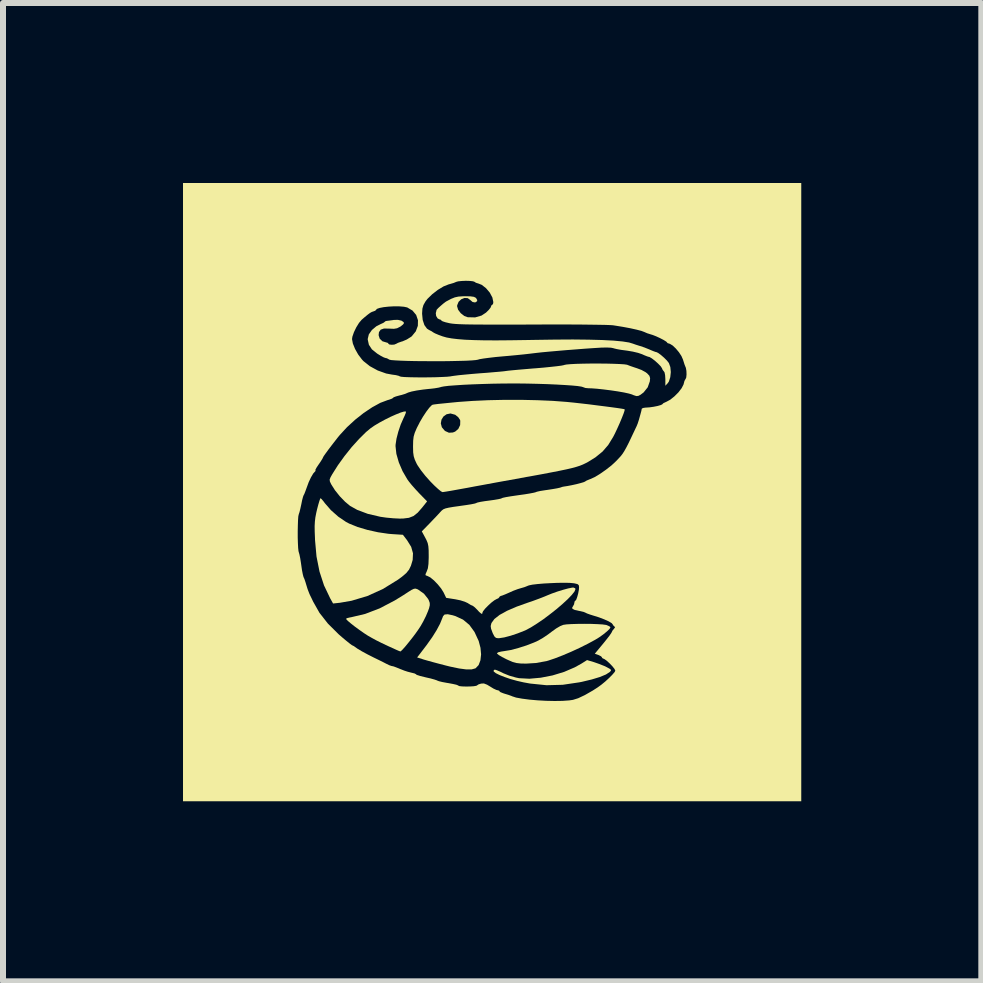
<source format=kicad_pcb>
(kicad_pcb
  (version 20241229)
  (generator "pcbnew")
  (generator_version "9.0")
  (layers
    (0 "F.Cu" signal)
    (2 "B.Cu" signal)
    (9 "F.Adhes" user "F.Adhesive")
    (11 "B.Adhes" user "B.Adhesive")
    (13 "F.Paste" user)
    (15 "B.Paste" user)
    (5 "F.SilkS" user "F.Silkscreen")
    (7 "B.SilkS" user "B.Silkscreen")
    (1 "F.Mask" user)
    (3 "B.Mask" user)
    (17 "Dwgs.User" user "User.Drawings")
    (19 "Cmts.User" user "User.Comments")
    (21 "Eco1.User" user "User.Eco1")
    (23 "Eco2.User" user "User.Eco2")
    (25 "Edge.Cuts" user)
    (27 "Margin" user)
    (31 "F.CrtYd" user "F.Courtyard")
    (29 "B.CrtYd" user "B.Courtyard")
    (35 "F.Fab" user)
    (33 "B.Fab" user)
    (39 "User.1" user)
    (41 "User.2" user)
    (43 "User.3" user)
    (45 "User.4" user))
  (footprint "prawn_logo_10mm"
    (layer "F.Cu")
    (at 5.152 5.152)
    (property "Reference" "prawn_logo_10mm" (at 8.36 -0.9 0) (layer "User.9") (effects (font (size 1.5 1.5) (thickness 0.3))))
    (attr board_only exclude_from_pos_files exclude_from_bom)
    (fp_poly (pts (xy -0.658 2.052) (xy -0.612 2.066) (xy -0.485 2.125) (xy -0.38 2.212) (xy -0.294 2.33) (xy -0.224 2.481) (xy -0.194 2.595) (xy -0.184 2.704) (xy -0.195 2.803) (xy -0.225 2.882) (xy -0.273 2.933) (xy -0.279 2.937) (xy -0.34 2.954) (xy -0.429 2.955) (xy -0.55 2.939) (xy -0.703 2.907) (xy -0.775 2.889) (xy -0.883 2.861) (xy -0.988 2.833) (xy -1.078 2.808) (xy -1.141 2.79) (xy -1.143 2.789) (xy -1.25 2.755) (xy -1.214 2.709) (xy -1.094 2.552) (xy -0.998 2.417) (xy -0.925 2.3) (xy -0.868 2.193) (xy -0.827 2.092) (xy -0.818 2.068) (xy -0.793 2.04) (xy -0.74 2.035)) (stroke (width 0) (type solid)) (fill yes) (layer "F.SilkS"))
    (fp_poly (pts (xy 1.702 2.835) (xy 1.785 2.864) (xy 1.868 2.897) (xy 1.91 2.917) (xy 1.961 2.945) (xy 1.982 2.963) (xy 1.977 2.98) (xy 1.96 2.998) (xy 1.897 3.039) (xy 1.796 3.081) (xy 1.661 3.122) (xy 1.494 3.162) (xy 1.453 3.17) (xy 1.176 3.211) (xy 0.906 3.218) (xy 0.632 3.19) (xy 0.522 3.17) (xy 0.413 3.145) (xy 0.305 3.115) (xy 0.207 3.081) (xy 0.123 3.048) (xy 0.061 3.017) (xy 0.027 2.99) (xy 0.024 2.978) (xy 0.032 2.963) (xy 0.048 2.959) (xy 0.08 2.969) (xy 0.136 2.993) (xy 0.188 3.019) (xy 0.287 3.059) (xy 0.396 3.09) (xy 0.45 3.101) (xy 0.621 3.11) (xy 0.81 3.093) (xy 1.006 3.055) (xy 1.2 2.996) (xy 1.379 2.919) (xy 1.49 2.857) (xy 1.582 2.799)) (stroke (width 0) (type solid)) (fill yes) (layer "F.SilkS"))
    (fp_poly (pts (xy 1.383 1.602) (xy 1.389 1.616) (xy 1.373 1.656) (xy 1.328 1.713) (xy 1.26 1.784) (xy 1.173 1.864) (xy 1.074 1.949) (xy 0.966 2.034) (xy 0.856 2.117) (xy 0.747 2.191) (xy 0.647 2.254) (xy 0.559 2.301) (xy 0.543 2.308) (xy 0.426 2.354) (xy 0.309 2.393) (xy 0.203 2.421) (xy 0.119 2.434) (xy 0.099 2.435) (xy 0.064 2.429) (xy 0.038 2.405) (xy 0.011 2.353) (xy 0.005 2.338) (xy -0.018 2.275) (xy -0.024 2.232) (xy -0.014 2.191) (xy -0.01 2.18) (xy 0.037 2.115) (xy 0.123 2.047) (xy 0.248 1.978) (xy 0.41 1.908) (xy 0.584 1.846) (xy 0.686 1.811) (xy 0.789 1.773) (xy 0.876 1.739) (xy 0.916 1.722) (xy 0.995 1.69) (xy 1.088 1.657) (xy 1.182 1.628) (xy 1.267 1.605) (xy 1.332 1.592) (xy 1.353 1.59)) (stroke (width 0) (type solid)) (fill yes) (layer "F.SilkS"))
    (fp_poly (pts (xy -2.842 0.116) (xy -2.81 0.154) (xy -2.788 0.184) (xy -2.686 0.301) (xy -2.564 0.409) (xy -2.436 0.496) (xy -2.383 0.524) (xy -2.243 0.581) (xy -2.077 0.63) (xy -1.901 0.669) (xy -1.731 0.694) (xy -1.674 0.699) (xy -1.487 0.711) (xy -1.418 0.801) (xy -1.349 0.912) (xy -1.319 1.019) (xy -1.324 1.127) (xy -1.328 1.143) (xy -1.353 1.226) (xy -1.385 1.292) (xy -1.431 1.349) (xy -1.5 1.408) (xy -1.569 1.459) (xy -1.82 1.614) (xy -2.078 1.731) (xy -2.342 1.81) (xy -2.538 1.844) (xy -2.651 1.856) (xy -2.7 1.768) (xy -2.802 1.554) (xy -2.877 1.324) (xy -2.927 1.073) (xy -2.952 0.794) (xy -2.952 0.78) (xy -2.957 0.658) (xy -2.958 0.565) (xy -2.954 0.49) (xy -2.946 0.422) (xy -2.932 0.349) (xy -2.919 0.292) (xy -2.898 0.211) (xy -2.879 0.147) (xy -2.865 0.108) (xy -2.86 0.101)) (stroke (width 0) (type solid)) (fill yes) (layer "F.SilkS"))
    (fp_poly (pts (xy -1.251 1.616) (xy -1.235 1.623) (xy -1.136 1.693) (xy -1.067 1.78) (xy -1.054 1.806) (xy -1.04 1.846) (xy -1.039 1.885) (xy -1.051 1.935) (xy -1.07 1.987) (xy -1.104 2.067) (xy -1.15 2.159) (xy -1.191 2.231) (xy -1.229 2.289) (xy -1.279 2.36) (xy -1.336 2.435) (xy -1.395 2.509) (xy -1.449 2.575) (xy -1.493 2.624) (xy -1.522 2.652) (xy -1.529 2.655) (xy -1.553 2.647) (xy -1.59 2.631) (xy -1.731 2.567) (xy -1.843 2.514) (xy -1.933 2.469) (xy -2.008 2.428) (xy -2.071 2.392) (xy -2.139 2.348) (xy -2.214 2.295) (xy -2.288 2.241) (xy -2.354 2.189) (xy -2.405 2.146) (xy -2.432 2.117) (xy -2.435 2.111) (xy -2.417 2.1) (xy -2.373 2.089) (xy -2.35 2.085) (xy -2.117 2.03) (xy -1.874 1.937) (xy -1.622 1.805) (xy -1.476 1.715) (xy -1.395 1.662) (xy -1.34 1.628) (xy -1.303 1.611) (xy -1.275 1.608)) (stroke (width 0) (type solid)) (fill yes) (layer "F.SilkS"))
    (fp_poly (pts (xy 1.651 2.196) (xy 1.754 2.2) (xy 1.839 2.205) (xy 1.897 2.213) (xy 1.909 2.216) (xy 1.952 2.235) (xy 1.972 2.251) (xy 1.972 2.252) (xy 1.957 2.28) (xy 1.914 2.321) (xy 1.853 2.371) (xy 1.781 2.422) (xy 1.717 2.461) (xy 1.597 2.526) (xy 1.461 2.594) (xy 1.318 2.66) (xy 1.177 2.72) (xy 1.048 2.77) (xy 0.941 2.806) (xy 0.907 2.816) (xy 0.729 2.848) (xy 0.565 2.858) (xy 0.474 2.856) (xy 0.406 2.848) (xy 0.343 2.831) (xy 0.269 2.799) (xy 0.236 2.784) (xy 0.166 2.748) (xy 0.112 2.716) (xy 0.083 2.692) (xy 0.081 2.686) (xy 0.099 2.67) (xy 0.151 2.657) (xy 0.198 2.65) (xy 0.307 2.632) (xy 0.437 2.598) (xy 0.572 2.555) (xy 0.699 2.506) (xy 0.769 2.474) (xy 0.847 2.429) (xy 0.933 2.371) (xy 0.998 2.322) (xy 1.066 2.273) (xy 1.134 2.233) (xy 1.186 2.212) (xy 1.241 2.204) (xy 1.324 2.199) (xy 1.427 2.196) (xy 1.538 2.195)) (stroke (width 0) (type solid)) (fill yes) (layer "F.SilkS"))
    (fp_poly (pts (xy -1.436 -1.342) (xy -1.439 -1.32) (xy -1.457 -1.275) (xy -1.476 -1.235) (xy -1.524 -1.126) (xy -1.564 -1.007) (xy -1.594 -0.891) (xy -1.609 -0.792) (xy -1.61 -0.766) (xy -1.596 -0.638) (xy -1.555 -0.495) (xy -1.493 -0.35) (xy -1.414 -0.214) (xy -1.383 -0.171) (xy -1.339 -0.117) (xy -1.278 -0.048) (xy -1.213 0.022) (xy -1.203 0.032) (xy -1.084 0.154) (xy -1.165 0.256) (xy -1.24 0.342) (xy -1.31 0.398) (xy -1.387 0.428) (xy -1.483 0.44) (xy -1.542 0.441) (xy -1.646 0.436) (xy -1.764 0.425) (xy -1.862 0.411) (xy -2.072 0.362) (xy -2.248 0.296) (xy -2.368 0.229) (xy -2.45 0.161) (xy -2.538 0.07) (xy -2.619 -0.031) (xy -2.681 -0.129) (xy -2.685 -0.137) (xy -2.704 -0.177) (xy -2.708 -0.209) (xy -2.694 -0.246) (xy -2.665 -0.298) (xy -2.571 -0.447) (xy -2.461 -0.6) (xy -2.341 -0.75) (xy -2.218 -0.886) (xy -2.102 -1.001) (xy -2.029 -1.062) (xy -1.963 -1.108) (xy -1.879 -1.158) (xy -1.787 -1.208) (xy -1.693 -1.255) (xy -1.603 -1.295) (xy -1.526 -1.326) (xy -1.469 -1.343) (xy -1.438 -1.344)) (stroke (width 0) (type solid)) (fill yes) (layer "F.SilkS"))
    (fp_poly (pts (xy 0.757 -1.532) (xy 1.011 -1.521) (xy 1.236 -1.504) (xy 1.248 -1.503) (xy 1.359 -1.492) (xy 1.484 -1.478) (xy 1.615 -1.463) (xy 1.747 -1.446) (xy 1.874 -1.43) (xy 1.989 -1.415) (xy 2.085 -1.402) (xy 2.158 -1.391) (xy 2.201 -1.383) (xy 2.209 -1.38) (xy 2.207 -1.358) (xy 2.19 -1.307) (xy 2.162 -1.236) (xy 2.127 -1.152) (xy 2.087 -1.063) (xy 2.046 -0.976) (xy 2.017 -0.92) (xy 1.935 -0.786) (xy 1.84 -0.676) (xy 1.722 -0.58) (xy 1.603 -0.506) (xy 1.558 -0.482) (xy 1.512 -0.46) (xy 1.462 -0.44) (xy 1.403 -0.421) (xy 1.33 -0.401) (xy 1.24 -0.38) (xy 1.129 -0.357) (xy 0.992 -0.33) (xy 0.824 -0.298) (xy 0.622 -0.261) (xy 0.574 -0.253) (xy 0.391 -0.219) (xy 0.206 -0.186) (xy 0.025 -0.153) (xy -0.142 -0.122) (xy -0.29 -0.095) (xy -0.411 -0.072) (xy -0.473 -0.061) (xy -0.584 -0.041) (xy -0.683 -0.023) (xy -0.761 -0.01) (xy -0.813 -0.002) (xy -0.828 -0.000399) (xy -0.854 -0.014) (xy -0.9 -0.052) (xy -0.961 -0.108) (xy -1.029 -0.177) (xy -1.029 -0.177) (xy -1.113 -0.271) (xy -1.187 -0.365) (xy -1.242 -0.446) (xy -1.258 -0.474) (xy -1.289 -0.541) (xy -1.307 -0.599) (xy -1.316 -0.663) (xy -1.318 -0.751) (xy -1.318 -0.765) (xy -1.316 -0.857) (xy -1.308 -0.926) (xy -1.29 -0.988) (xy -1.259 -1.061) (xy -1.255 -1.07) (xy -1.216 -1.145) (xy -0.855 -1.145) (xy -0.838 -1.081) (xy -0.79 -1.024) (xy -0.782 -1.018) (xy -0.72 -0.99) (xy -0.654 -0.994) (xy -0.616 -1.009) (xy -0.564 -1.053) (xy -0.533 -1.118) (xy -0.531 -1.189) (xy -0.535 -1.204) (xy -0.566 -1.25) (xy -0.615 -1.289) (xy -0.621 -1.291) (xy -0.694 -1.311) (xy -0.759 -1.298) (xy -0.811 -1.261) (xy -0.844 -1.208) (xy -0.855 -1.145) (xy -1.216 -1.145) (xy -1.206 -1.166) (xy -1.152 -1.258) (xy -1.097 -1.341) (xy -1.047 -1.407) (xy -1.007 -1.448) (xy -0.991 -1.457) (xy -0.961 -1.462) (xy -0.897 -1.47) (xy -0.807 -1.479) (xy -0.697 -1.49) (xy -0.575 -1.502) (xy -0.564 -1.503) (xy -0.328 -1.52) (xy -0.067 -1.532) (xy 0.208 -1.538) (xy 0.486 -1.538)) (stroke (width 0) (type solid)) (fill yes) (layer "F.SilkS"))
    (fp_poly (pts (xy 5.152 0) (xy 5.152 5.152) (xy 0 5.152) (xy -5.152 5.152) (xy -5.152 0.653) (xy -3.24 0.653) (xy -3.24 0.755) (xy -3.237 0.85) (xy -3.233 0.93) (xy -3.227 0.984) (xy -3.222 1.002) (xy -3.212 1.037) (xy -3.199 1.1) (xy -3.186 1.181) (xy -3.181 1.217) (xy -3.169 1.3) (xy -3.156 1.367) (xy -3.145 1.41) (xy -3.142 1.418) (xy -3.128 1.449) (xy -3.11 1.503) (xy -3.099 1.54) (xy -3.076 1.615) (xy -3.048 1.688) (xy -3.038 1.711) (xy -3.008 1.772) (xy -2.982 1.827) (xy -2.979 1.832) (xy -2.878 2.011) (xy -2.738 2.19) (xy -2.558 2.369) (xy -2.503 2.417) (xy -2.435 2.474) (xy -2.378 2.52) (xy -2.339 2.549) (xy -2.326 2.556) (xy -2.301 2.568) (xy -2.289 2.578) (xy -2.243 2.61) (xy -2.169 2.654) (xy -2.075 2.705) (xy -1.972 2.757) (xy -1.894 2.795) (xy -1.819 2.832) (xy -1.767 2.859) (xy -1.716 2.884) (xy -1.679 2.897) (xy -1.673 2.898) (xy -1.641 2.905) (xy -1.596 2.922) (xy -1.553 2.939) (xy -1.53 2.949) (xy -1.506 2.958) (xy -1.466 2.974) (xy -1.408 2.993) (xy -1.342 3.01) (xy -1.341 3.01) (xy -1.293 3.022) (xy -1.269 3.035) (xy -1.268 3.038) (xy -1.25 3.048) (xy -1.201 3.064) (xy -1.131 3.081) (xy -1.102 3.088) (xy -1.023 3.106) (xy -0.959 3.124) (xy -0.921 3.137) (xy -0.916 3.14) (xy -0.887 3.151) (xy -0.83 3.165) (xy -0.754 3.179) (xy -0.729 3.183) (xy -0.654 3.197) (xy -0.596 3.21) (xy -0.566 3.222) (xy -0.564 3.225) (xy -0.545 3.233) (xy -0.499 3.238) (xy -0.436 3.24) (xy -0.368 3.239) (xy -0.307 3.235) (xy -0.265 3.228) (xy -0.253 3.222) (xy -0.226 3.204) (xy -0.183 3.191) (xy -0.137 3.189) (xy -0.085 3.209) (xy -0.035 3.239) (xy 0.022 3.274) (xy 0.069 3.296) (xy 0.088 3.301) (xy 0.117 3.309) (xy 0.121 3.318) (xy 0.138 3.333) (xy 0.182 3.351) (xy 0.206 3.359) (xy 0.269 3.378) (xy 0.322 3.397) (xy 0.332 3.402) (xy 0.399 3.424) (xy 0.498 3.442) (xy 0.62 3.458) (xy 0.757 3.47) (xy 0.901 3.478) (xy 1.042 3.481) (xy 1.173 3.479) (xy 1.286 3.471) (xy 1.347 3.462) (xy 1.434 3.435) (xy 1.546 3.382) (xy 1.677 3.307) (xy 1.758 3.255) (xy 1.82 3.21) (xy 1.887 3.155) (xy 1.951 3.096) (xy 2.005 3.041) (xy 2.042 2.998) (xy 2.053 2.975) (xy 2.039 2.946) (xy 2.004 2.902) (xy 1.958 2.854) (xy 1.91 2.81) (xy 1.872 2.783) (xy 1.858 2.777) (xy 1.834 2.765) (xy 1.832 2.756) (xy 1.815 2.736) (xy 1.774 2.715) (xy 1.771 2.714) (xy 1.711 2.693) (xy 1.852 2.523) (xy 1.909 2.452) (xy 1.955 2.393) (xy 1.984 2.351) (xy 1.993 2.335) (xy 2.005 2.309) (xy 2.028 2.282) (xy 2.049 2.253) (xy 2.038 2.239) (xy 2.014 2.216) (xy 2.012 2.207) (xy 1.993 2.184) (xy 1.943 2.154) (xy 1.87 2.121) (xy 1.781 2.087) (xy 1.701 2.062) (xy 1.634 2.041) (xy 1.581 2.022) (xy 1.559 2.011) (xy 1.527 1.997) (xy 1.473 1.984) (xy 1.456 1.981) (xy 1.378 1.964) (xy 1.338 1.944) (xy 1.335 1.92) (xy 1.344 1.909) (xy 1.366 1.868) (xy 1.369 1.848) (xy 1.377 1.817) (xy 1.386 1.811) (xy 1.401 1.794) (xy 1.418 1.748) (xy 1.434 1.689) (xy 1.446 1.626) (xy 1.449 1.582) (xy 1.444 1.551) (xy 1.423 1.533) (xy 1.375 1.521) (xy 1.354 1.518) (xy 1.288 1.512) (xy 1.196 1.511) (xy 1.089 1.512) (xy 0.974 1.517) (xy 0.86 1.523) (xy 0.756 1.532) (xy 0.671 1.542) (xy 0.614 1.554) (xy 0.6 1.559) (xy 0.537 1.584) (xy 0.478 1.601) (xy 0.425 1.617) (xy 0.353 1.644) (xy 0.288 1.673) (xy 0.222 1.702) (xy 0.169 1.723) (xy 0.142 1.731) (xy 0.121 1.745) (xy 0.121 1.75) (xy 0.104 1.769) (xy 0.075 1.782) (xy 0.037 1.803) (xy -0.014 1.842) (xy -0.068 1.892) (xy -0.117 1.942) (xy -0.151 1.985) (xy -0.161 2.007) (xy -0.166 2.029) (xy -0.182 2.025) (xy -0.217 1.995) (xy -0.247 1.962) (xy -0.288 1.921) (xy -0.32 1.896) (xy -0.329 1.892) (xy -0.355 1.881) (xy -0.398 1.855) (xy -0.403 1.851) (xy -0.454 1.827) (xy -0.53 1.803) (xy -0.613 1.786) (xy -0.766 1.762) (xy -0.809 1.672) (xy -0.85 1.606) (xy -0.907 1.536) (xy -0.97 1.471) (xy -1.031 1.421) (xy -1.079 1.397) (xy -1.107 1.387) (xy -1.111 1.369) (xy -1.094 1.331) (xy -1.09 1.322) (xy -1.071 1.27) (xy -1.061 1.196) (xy -1.057 1.091) (xy -1.057 1.063) (xy -1.058 0.968) (xy -1.063 0.901) (xy -1.074 0.849) (xy -1.094 0.8) (xy -1.114 0.761) (xy -1.172 0.654) (xy -1.044 0.523) (xy -0.979 0.455) (xy -0.918 0.391) (xy -0.872 0.341) (xy -0.861 0.329) (xy -0.837 0.304) (xy -0.811 0.285) (xy -0.776 0.271) (xy -0.724 0.259) (xy -0.648 0.246) (xy -0.539 0.231) (xy -0.534 0.23) (xy -0.435 0.216) (xy -0.352 0.203) (xy -0.292 0.191) (xy -0.263 0.182) (xy -0.262 0.18) (xy -0.243 0.173) (xy -0.193 0.162) (xy -0.119 0.15) (xy -0.05 0.141) (xy 0.036 0.129) (xy 0.106 0.117) (xy 0.15 0.107) (xy 0.161 0.101) (xy 0.18 0.094) (xy 0.231 0.083) (xy 0.308 0.07) (xy 0.404 0.056) (xy 0.438 0.051) (xy 0.539 0.037) (xy 0.625 0.023) (xy 0.688 0.011) (xy 0.722 0.003) (xy 0.725 0.001) (xy 0.748 -0.007) (xy 0.801 -0.019) (xy 0.877 -0.031) (xy 0.926 -0.038) (xy 1.01 -0.051) (xy 1.08 -0.063) (xy 1.125 -0.073) (xy 1.136 -0.076) (xy 1.171 -0.088) (xy 1.197 -0.093) (xy 1.256 -0.102) (xy 1.329 -0.116) (xy 1.406 -0.133) (xy 1.475 -0.151) (xy 1.526 -0.166) (xy 1.548 -0.176) (xy 1.573 -0.192) (xy 1.621 -0.212) (xy 1.64 -0.219) (xy 1.712 -0.252) (xy 1.802 -0.307) (xy 1.898 -0.374) (xy 1.99 -0.446) (xy 2.063 -0.514) (xy 2.106 -0.559) (xy 2.142 -0.598) (xy 2.174 -0.639) (xy 2.204 -0.686) (xy 2.237 -0.745) (xy 2.276 -0.821) (xy 2.324 -0.922) (xy 2.385 -1.051) (xy 2.407 -1.097) (xy 2.426 -1.143) (xy 2.446 -1.205) (xy 2.47 -1.291) (xy 2.487 -1.354) (xy 2.493 -1.387) (xy 2.493 -1.389) (xy 2.513 -1.402) (xy 2.557 -1.409) (xy 2.565 -1.409) (xy 2.624 -1.413) (xy 2.693 -1.423) (xy 2.758 -1.436) (xy 2.81 -1.451) (xy 2.837 -1.464) (xy 2.838 -1.467) (xy 2.855 -1.483) (xy 2.896 -1.502) (xy 2.903 -1.505) (xy 2.968 -1.54) (xy 3.038 -1.596) (xy 3.105 -1.663) (xy 3.158 -1.732) (xy 3.189 -1.792) (xy 3.192 -1.802) (xy 3.205 -1.852) (xy 3.221 -1.882) (xy 3.223 -1.883) (xy 3.235 -1.91) (xy 3.24 -1.961) (xy 3.238 -2.02) (xy 3.229 -2.072) (xy 3.222 -2.088) (xy 3.206 -2.129) (xy 3.187 -2.189) (xy 3.18 -2.211) (xy 3.155 -2.268) (xy 3.113 -2.332) (xy 3.061 -2.394) (xy 3.008 -2.444) (xy 2.962 -2.472) (xy 2.947 -2.476) (xy 2.921 -2.485) (xy 2.918 -2.492) (xy 2.901 -2.509) (xy 2.858 -2.536) (xy 2.798 -2.567) (xy 2.733 -2.597) (xy 2.674 -2.62) (xy 2.647 -2.628) (xy 2.584 -2.648) (xy 2.536 -2.669) (xy 2.488 -2.687) (xy 2.408 -2.708) (xy 2.304 -2.731) (xy 2.182 -2.754) (xy 2.052 -2.775) (xy 2.013 -2.781) (xy 1.969 -2.784) (xy 1.889 -2.787) (xy 1.777 -2.789) (xy 1.637 -2.791) (xy 1.472 -2.793) (xy 1.286 -2.794) (xy 1.084 -2.794) (xy 0.87 -2.794) (xy 0.654 -2.793) (xy 0.386 -2.792) (xy 0.156 -2.792) (xy -0.041 -2.792) (xy -0.206 -2.793) (xy -0.342 -2.794) (xy -0.453 -2.796) (xy -0.542 -2.799) (xy -0.612 -2.803) (xy -0.664 -2.808) (xy -0.704 -2.814) (xy -0.709 -2.815) (xy -0.777 -2.831) (xy -0.826 -2.847) (xy -0.845 -2.86) (xy -0.845 -2.86) (xy -0.862 -2.876) (xy -0.875 -2.878) (xy -0.908 -2.895) (xy -0.933 -2.936) (xy -0.939 -2.982) (xy -0.936 -2.995) (xy -0.928 -3.024) (xy -0.929 -3.029) (xy -0.924 -3.04) (xy -0.897 -3.069) (xy -0.857 -3.105) (xy -0.814 -3.142) (xy -0.777 -3.17) (xy -0.765 -3.178) (xy -0.684 -3.221) (xy -0.622 -3.246) (xy -0.562 -3.259) (xy -0.489 -3.264) (xy -0.452 -3.265) (xy -0.362 -3.263) (xy -0.304 -3.255) (xy -0.271 -3.238) (xy -0.268 -3.235) (xy -0.249 -3.202) (xy -0.25 -3.182) (xy -0.283 -3.161) (xy -0.326 -3.169) (xy -0.362 -3.2) (xy -0.406 -3.233) (xy -0.461 -3.236) (xy -0.515 -3.214) (xy -0.559 -3.172) (xy -0.582 -3.116) (xy -0.584 -3.098) (xy -0.567 -3.04) (xy -0.523 -2.982) (xy -0.464 -2.936) (xy -0.408 -2.915) (xy -0.283 -2.912) (xy -0.176 -2.943) (xy -0.102 -2.992) (xy -0.056 -3.037) (xy -0.026 -3.075) (xy -0.02 -3.091) (xy -0.009 -3.117) (xy 0 -3.12) (xy 0.015 -3.137) (xy 0.02 -3.167) (xy 0.004 -3.244) (xy -0.04 -3.326) (xy -0.102 -3.399) (xy -0.172 -3.454) (xy -0.227 -3.476) (xy -0.271 -3.49) (xy -0.293 -3.505) (xy -0.319 -3.514) (xy -0.371 -3.52) (xy -0.439 -3.522) (xy -0.508 -3.519) (xy -0.566 -3.513) (xy -0.599 -3.504) (xy -0.639 -3.487) (xy -0.7 -3.469) (xy -0.726 -3.462) (xy -0.811 -3.428) (xy -0.906 -3.37) (xy -0.999 -3.298) (xy -1.078 -3.221) (xy -1.111 -3.178) (xy -1.145 -3.118) (xy -1.162 -3.059) (xy -1.167 -2.983) (xy -1.167 -2.971) (xy -1.157 -2.869) (xy -1.129 -2.784) (xy -1.086 -2.725) (xy -1.052 -2.703) (xy -1.005 -2.679) (xy -0.986 -2.665) (xy -0.952 -2.646) (xy -0.893 -2.621) (xy -0.825 -2.596) (xy -0.758 -2.577) (xy -0.675 -2.562) (xy -0.574 -2.55) (xy -0.452 -2.54) (xy -0.306 -2.534) (xy -0.133 -2.53) (xy 0.07 -2.529) (xy 0.307 -2.531) (xy 0.579 -2.535) (xy 0.699 -2.537) (xy 1.041 -2.542) (xy 1.346 -2.544) (xy 1.611 -2.541) (xy 1.838 -2.535) (xy 2.026 -2.525) (xy 2.174 -2.511) (xy 2.282 -2.494) (xy 2.345 -2.475) (xy 2.39 -2.459) (xy 2.452 -2.439) (xy 2.466 -2.435) (xy 2.538 -2.411) (xy 2.615 -2.38) (xy 2.631 -2.373) (xy 2.686 -2.35) (xy 2.725 -2.336) (xy 2.734 -2.335) (xy 2.765 -2.321) (xy 2.812 -2.287) (xy 2.865 -2.241) (xy 2.914 -2.192) (xy 2.946 -2.151) (xy 2.97 -2.085) (xy 2.978 -2.001) (xy 2.969 -1.916) (xy 2.946 -1.844) (xy 2.927 -1.816) (xy 2.887 -1.773) (xy 2.887 -1.884) (xy 2.883 -1.948) (xy 2.874 -1.994) (xy 2.865 -2.009) (xy 2.842 -2.038) (xy 2.83 -2.066) (xy 2.809 -2.098) (xy 2.766 -2.142) (xy 2.714 -2.189) (xy 2.663 -2.228) (xy 2.623 -2.252) (xy 2.612 -2.254) (xy 2.585 -2.262) (xy 2.535 -2.282) (xy 2.5 -2.298) (xy 2.433 -2.321) (xy 2.344 -2.342) (xy 2.25 -2.358) (xy 2.234 -2.36) (xy 2.15 -2.371) (xy 2.078 -2.384) (xy 2.029 -2.396) (xy 2.021 -2.399) (xy 1.982 -2.407) (xy 1.916 -2.41) (xy 1.834 -2.409) (xy 1.81 -2.408) (xy 1.683 -2.4) (xy 1.539 -2.39) (xy 1.386 -2.378) (xy 1.23 -2.366) (xy 1.08 -2.353) (xy 0.943 -2.341) (xy 0.825 -2.33) (xy 0.736 -2.32) (xy 0.694 -2.315) (xy 0.627 -2.307) (xy 0.53 -2.296) (xy 0.412 -2.284) (xy 0.284 -2.272) (xy 0.181 -2.263) (xy 0.06 -2.252) (xy -0.051 -2.239) (xy -0.142 -2.227) (xy -0.208 -2.216) (xy -0.239 -2.207) (xy -0.273 -2.201) (xy -0.341 -2.195) (xy -0.436 -2.19) (xy -0.553 -2.187) (xy -0.687 -2.184) (xy -0.832 -2.182) (xy -0.983 -2.182) (xy -1.133 -2.183) (xy -1.277 -2.184) (xy -1.41 -2.187) (xy -1.525 -2.191) (xy -1.618 -2.196) (xy -1.682 -2.201) (xy -1.713 -2.208) (xy -1.714 -2.209) (xy -1.754 -2.231) (xy -1.772 -2.234) (xy -1.805 -2.245) (xy -1.858 -2.273) (xy -1.916 -2.309) (xy -2.004 -2.38) (xy -2.054 -2.456) (xy -2.073 -2.542) (xy -2.073 -2.554) (xy -2.055 -2.629) (xy -2.004 -2.702) (xy -1.93 -2.764) (xy -1.857 -2.801) (xy -1.813 -2.821) (xy -1.792 -2.836) (xy -1.791 -2.838) (xy -1.775 -2.85) (xy -1.756 -2.854) (xy -1.714 -2.859) (xy -1.654 -2.867) (xy -1.638 -2.87) (xy -1.569 -2.871) (xy -1.511 -2.858) (xy -1.476 -2.834) (xy -1.469 -2.817) (xy -1.485 -2.794) (xy -1.523 -2.763) (xy -1.535 -2.756) (xy -1.584 -2.731) (xy -1.637 -2.722) (xy -1.712 -2.725) (xy -1.715 -2.725) (xy -1.802 -2.727) (xy -1.857 -2.708) (xy -1.886 -2.667) (xy -1.892 -2.616) (xy -1.874 -2.558) (xy -1.828 -2.514) (xy -1.768 -2.496) (xy -1.767 -2.496) (xy -1.736 -2.486) (xy -1.731 -2.476) (xy -1.714 -2.461) (xy -1.675 -2.456) (xy -1.631 -2.459) (xy -1.599 -2.472) (xy -1.569 -2.488) (xy -1.516 -2.507) (xy -1.494 -2.513) (xy -1.422 -2.544) (xy -1.352 -2.588) (xy -1.339 -2.598) (xy -1.272 -2.68) (xy -1.238 -2.772) (xy -1.236 -2.865) (xy -1.266 -2.953) (xy -1.327 -3.026) (xy -1.415 -3.078) (xy -1.47 -3.09) (xy -1.546 -3.096) (xy -1.633 -3.097) (xy -1.723 -3.092) (xy -1.807 -3.083) (xy -1.875 -3.07) (xy -1.92 -3.054) (xy -1.932 -3.04) (xy -1.949 -3.023) (xy -1.979 -3.012) (xy -2.005 -3.003) (xy -2.034 -2.987) (xy -2.072 -2.959) (xy -2.128 -2.913) (xy -2.175 -2.872) (xy -2.219 -2.82) (xy -2.264 -2.747) (xy -2.303 -2.666) (xy -2.329 -2.591) (xy -2.335 -2.551) (xy -2.321 -2.476) (xy -2.285 -2.387) (xy -2.232 -2.293) (xy -2.169 -2.21) (xy -2.145 -2.184) (xy -2.038 -2.099) (xy -1.906 -2.027) (xy -1.766 -1.977) (xy -1.67 -1.959) (xy -1.604 -1.95) (xy -1.556 -1.938) (xy -1.538 -1.929) (xy -1.515 -1.923) (xy -1.459 -1.918) (xy -1.377 -1.915) (xy -1.277 -1.913) (xy -1.165 -1.912) (xy -1.05 -1.913) (xy -0.938 -1.915) (xy -0.836 -1.919) (xy -0.752 -1.923) (xy -0.694 -1.929) (xy -0.68 -1.932) (xy -0.632 -1.939) (xy -0.553 -1.949) (xy -0.45 -1.959) (xy -0.331 -1.97) (xy -0.211 -1.98) (xy -0.087 -1.989) (xy 0.027 -1.999) (xy 0.123 -2.007) (xy 0.194 -2.014) (xy 0.231 -2.019) (xy 0.269 -2.024) (xy 0.34 -2.031) (xy 0.437 -2.04) (xy 0.554 -2.05) (xy 0.683 -2.061) (xy 0.725 -2.064) (xy 0.855 -2.075) (xy 0.974 -2.087) (xy 1.075 -2.098) (xy 1.152 -2.108) (xy 1.197 -2.117) (xy 1.204 -2.12) (xy 1.24 -2.127) (xy 1.309 -2.133) (xy 1.405 -2.138) (xy 1.519 -2.141) (xy 1.645 -2.143) (xy 1.776 -2.143) (xy 1.904 -2.142) (xy 2.022 -2.139) (xy 2.124 -2.135) (xy 2.202 -2.13) (xy 2.249 -2.123) (xy 2.256 -2.12) (xy 2.303 -2.102) (xy 2.37 -2.079) (xy 2.416 -2.064) (xy 2.49 -2.036) (xy 2.556 -2) (xy 2.584 -1.979) (xy 2.621 -1.939) (xy 2.633 -1.899) (xy 2.628 -1.846) (xy 2.593 -1.747) (xy 2.525 -1.662) (xy 2.472 -1.622) (xy 2.437 -1.604) (xy 2.404 -1.601) (xy 2.36 -1.615) (xy 2.33 -1.628) (xy 2.279 -1.643) (xy 2.197 -1.661) (xy 2.094 -1.679) (xy 1.979 -1.696) (xy 1.861 -1.711) (xy 1.75 -1.723) (xy 1.655 -1.73) (xy 1.607 -1.731) (xy 1.555 -1.736) (xy 1.52 -1.748) (xy 1.519 -1.749) (xy 1.49 -1.758) (xy 1.426 -1.768) (xy 1.332 -1.777) (xy 1.213 -1.785) (xy 1.074 -1.793) (xy 0.92 -1.8) (xy 0.757 -1.805) (xy 0.588 -1.809) (xy 0.421 -1.811) (xy 0.342 -1.811) (xy 0.174 -1.81) (xy 0.003 -1.807) (xy -0.167 -1.802) (xy -0.33 -1.796) (xy -0.48 -1.789) (xy -0.613 -1.78) (xy -0.723 -1.772) (xy -0.804 -1.762) (xy -0.851 -1.753) (xy -0.855 -1.751) (xy -0.895 -1.741) (xy -0.961 -1.73) (xy -1.039 -1.721) (xy -1.047 -1.721) (xy -1.155 -1.709) (xy -1.256 -1.694) (xy -1.341 -1.677) (xy -1.399 -1.66) (xy -1.419 -1.651) (xy -1.449 -1.638) (xy -1.504 -1.621) (xy -1.545 -1.611) (xy -1.603 -1.595) (xy -1.642 -1.58) (xy -1.65 -1.572) (xy -1.668 -1.559) (xy -1.713 -1.542) (xy -1.744 -1.533) (xy -1.864 -1.488) (xy -1.999 -1.414) (xy -2.141 -1.319) (xy -2.284 -1.206) (xy -2.419 -1.082) (xy -2.539 -0.952) (xy -2.571 -0.913) (xy -2.652 -0.809) (xy -2.721 -0.719) (xy -2.773 -0.648) (xy -2.807 -0.6) (xy -2.818 -0.579) (xy -2.829 -0.556) (xy -2.857 -0.511) (xy -2.89 -0.463) (xy -2.925 -0.411) (xy -2.945 -0.374) (xy -2.945 -0.362) (xy -2.942 -0.353) (xy -2.949 -0.347) (xy -2.981 -0.311) (xy -3.019 -0.247) (xy -3.057 -0.166) (xy -3.089 -0.079) (xy -3.089 -0.079) (xy -3.112 -0.016) (xy -3.131 0.033) (xy -3.141 0.05) (xy -3.152 0.079) (xy -3.167 0.136) (xy -3.18 0.201) (xy -3.196 0.274) (xy -3.211 0.335) (xy -3.222 0.367) (xy -3.23 0.401) (xy -3.235 0.467) (xy -3.238 0.554) (xy -3.24 0.653) (xy -5.152 0.653) (xy -5.152 0) (xy -5.152 -5.152) (xy 0 -5.152) (xy 5.152 -5.152)) (stroke (width 0) (type solid)) (fill yes) (layer "F.SilkS")))
  (gr_rect
    (start -3 -3)
    (end 13.305 13.305)
    (stroke (width 0.1) (type default))
    (fill no)
    (layer "Edge.Cuts")))
</source>
